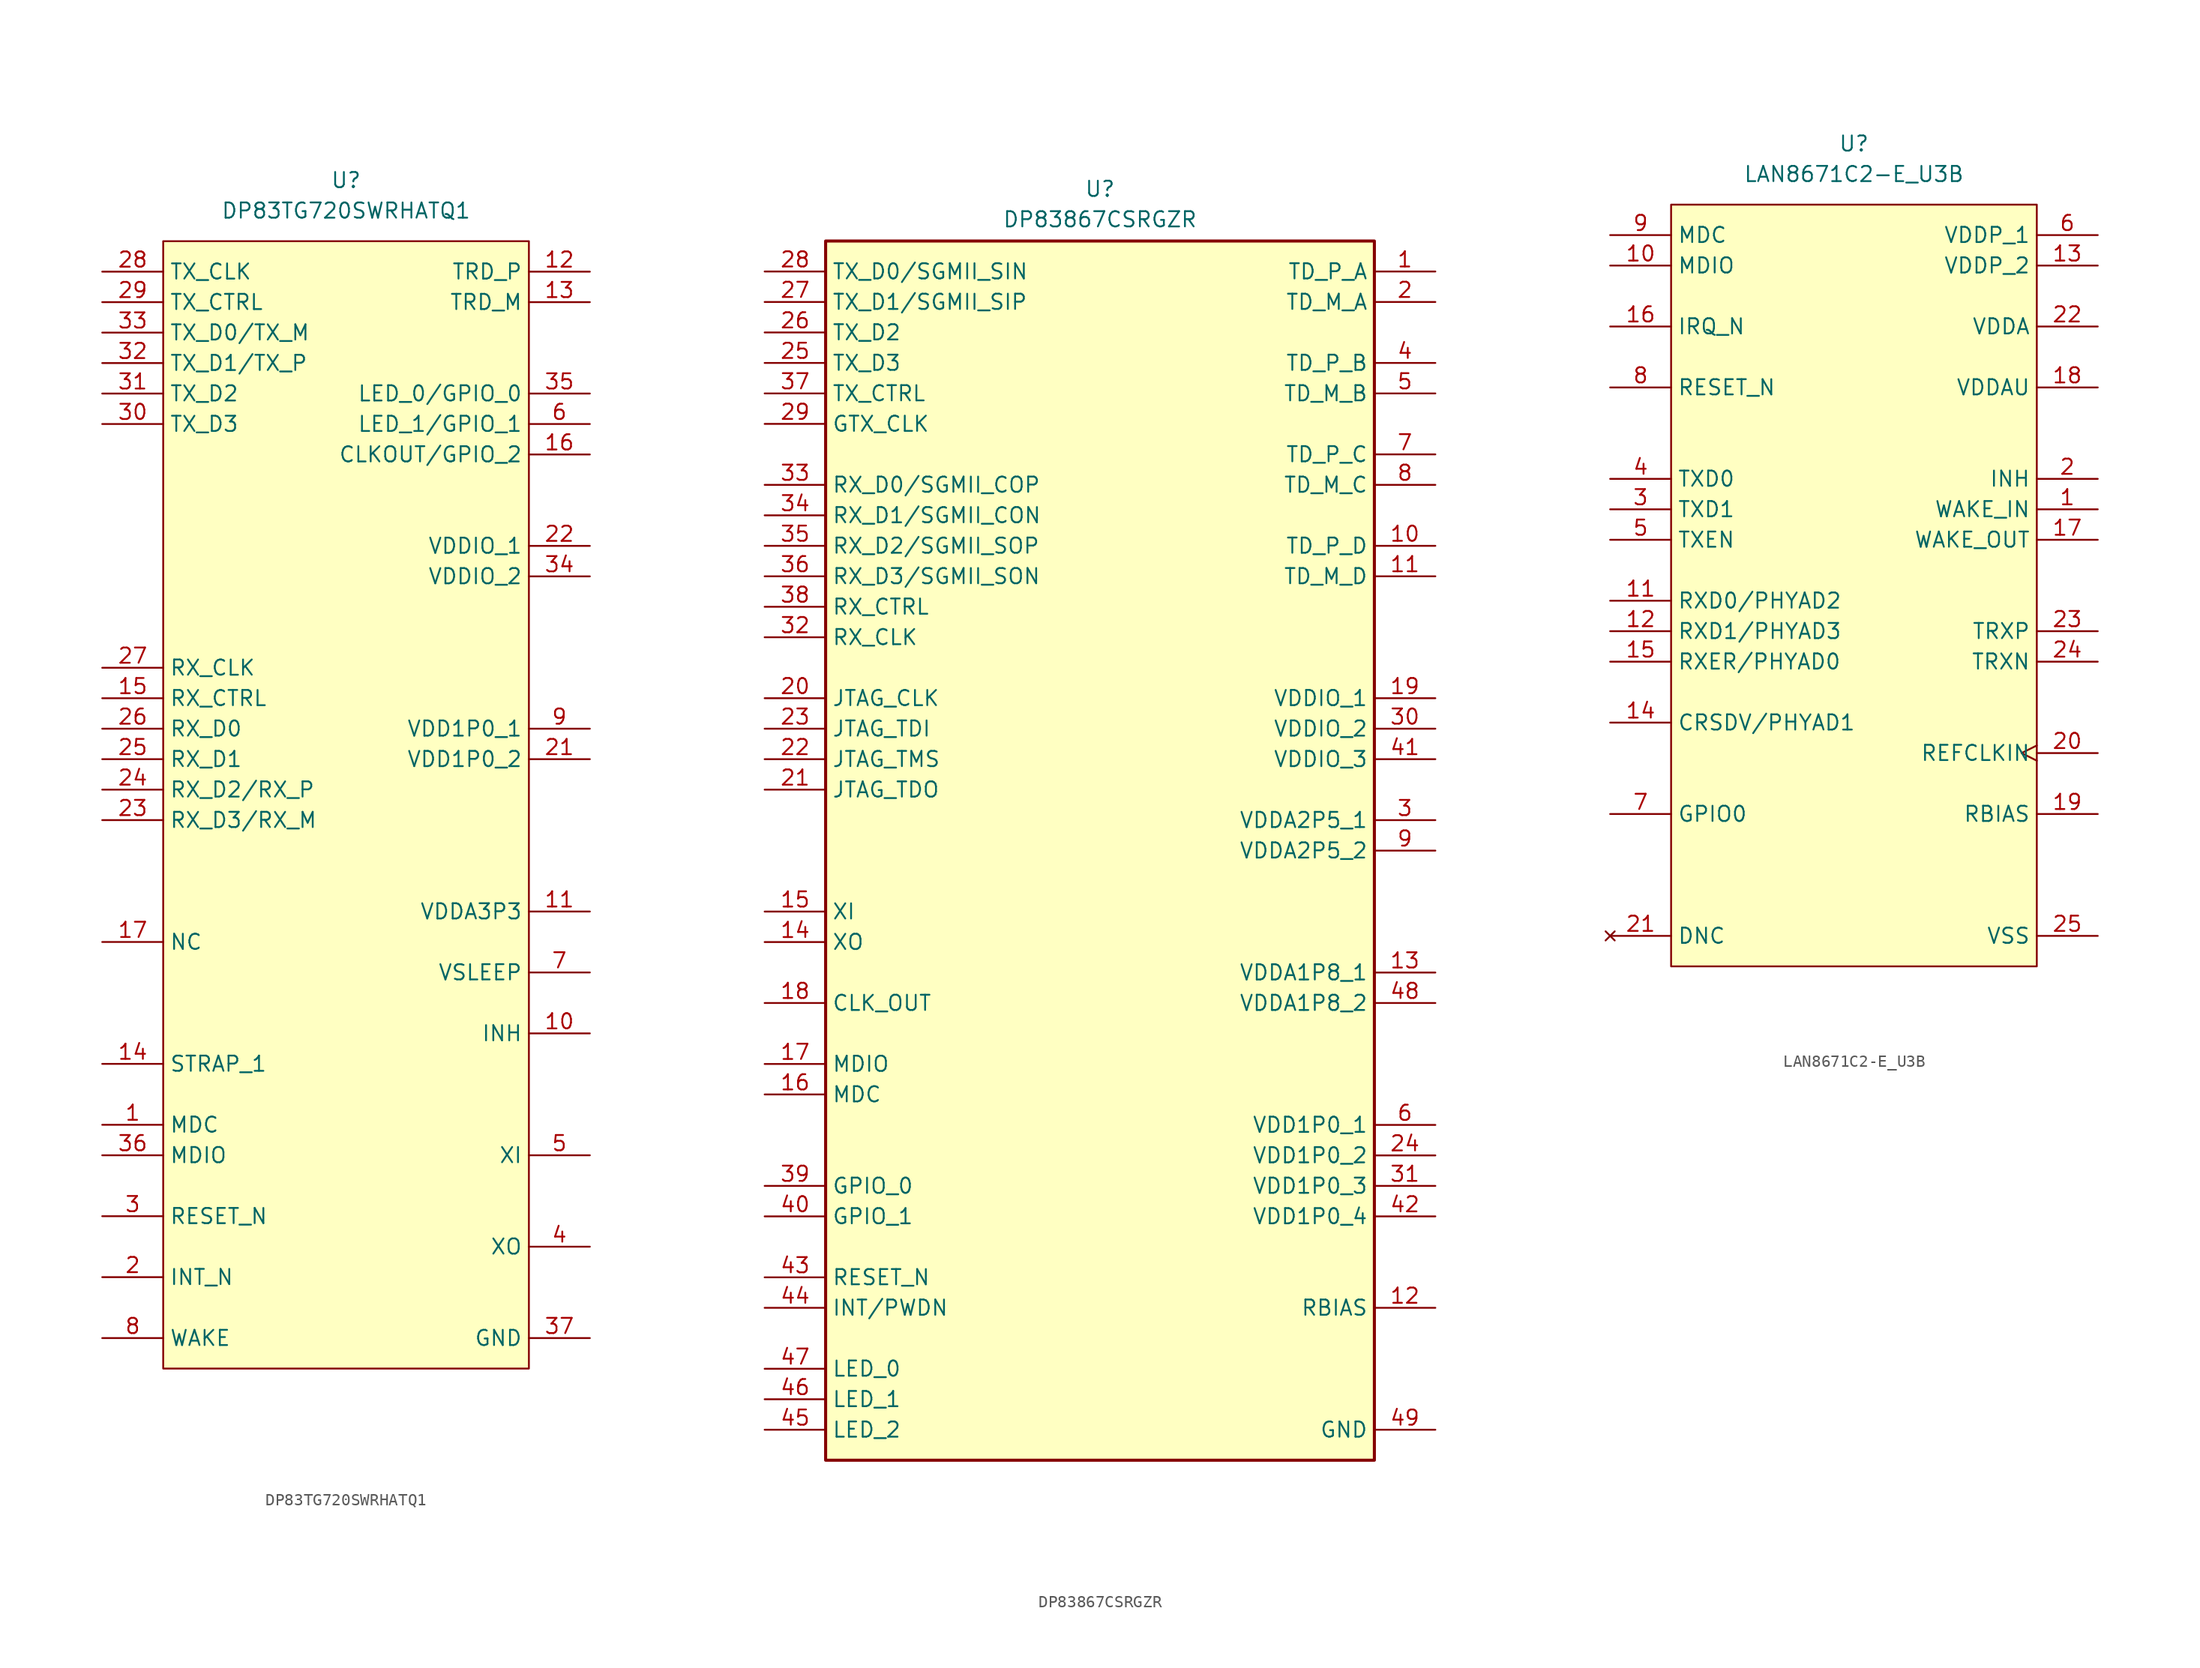
<source format=kicad_sym>
(kicad_symbol_lib
  (version 20241209)
  (generator "kicad_symbol_editor")
  (generator_version "9.0")
  (symbol "DP83TG720SWRHATQ1"
    (property "Reference" "U"
      (at 0 5.08 0)
      (effects (font (size 1.27 1.27))))
    (property "Value" "DP83TG720SWRHATQ1"
      (at 0 2.54 0)
      (effects (font (size 1.27 1.27))))
    (symbol "DP83TG720SWRHATQ1_1_1"
      (rectangle (start -15.24 0) (end 15.24 -93.98) (stroke (width 0) (type solid)) (fill (type background)))
      (pin input line (at -20.32 -2.54 0) (length 5.08) (name "TX_CLK" (effects (font (size 1.27 1.27)))) (number "28" (effects (font (size 1.27 1.27)))))
      (pin input line (at -20.32 -5.08 0) (length 5.08) (name "TX_CTRL" (effects (font (size 1.27 1.27)))) (number "29" (effects (font (size 1.27 1.27)))))
      (pin input line (at -20.32 -7.62 0) (length 5.08) (name "TX_D0/TX_M" (effects (font (size 1.27 1.27)))) (number "33" (effects (font (size 1.27 1.27)))))
      (pin input line (at -20.32 -10.16 0) (length 5.08) (name "TX_D1/TX_P" (effects (font (size 1.27 1.27)))) (number "32" (effects (font (size 1.27 1.27)))))
      (pin input line (at -20.32 -12.7 0) (length 5.08) (name "TX_D2" (effects (font (size 1.27 1.27)))) (number "31" (effects (font (size 1.27 1.27)))))
      (pin input line (at -20.32 -15.24 0) (length 5.08) (name "TX_D3" (effects (font (size 1.27 1.27)))) (number "30" (effects (font (size 1.27 1.27)))))
      (pin output line (at -20.32 -35.56 0) (length 5.08) (name "RX_CLK" (effects (font (size 1.27 1.27)))) (number "27" (effects (font (size 1.27 1.27)))))
      (pin output line (at -20.32 -38.1 0) (length 5.08) (name "RX_CTRL" (effects (font (size 1.27 1.27)))) (number "15" (effects (font (size 1.27 1.27)))))
      (pin output line (at -20.32 -40.64 0) (length 5.08) (name "RX_D0" (effects (font (size 1.27 1.27)))) (number "26" (effects (font (size 1.27 1.27)))))
      (pin output line (at -20.32 -43.18 0) (length 5.08) (name "RX_D1" (effects (font (size 1.27 1.27)))) (number "25" (effects (font (size 1.27 1.27)))))
      (pin output line (at -20.32 -45.72 0) (length 5.08) (name "RX_D2/RX_P" (effects (font (size 1.27 1.27)))) (number "24" (effects (font (size 1.27 1.27)))))
      (pin output line (at -20.32 -48.26 0) (length 5.08) (name "RX_D3/RX_M" (effects (font (size 1.27 1.27)))) (number "23" (effects (font (size 1.27 1.27)))))
      (pin passive line (at -20.32 -58.42 0) (length 5.08) (name "NC" (effects (font (size 1.27 1.27)))) (number "17" (effects (font (size 1.27 1.27)))))
      (pin passive line (at -20.32 -58.42 0) (length 5.08) (hide yes) (name "NC" (effects (font (size 1.27 1.27)))) (number "18" (effects (font (size 1.27 1.27)))))
      (pin passive line (at -20.32 -58.42 0) (length 5.08) (hide yes) (name "NC" (effects (font (size 1.27 1.27)))) (number "19" (effects (font (size 1.27 1.27)))))
      (pin passive line (at -20.32 -58.42 0) (length 5.08) (hide yes) (name "NC" (effects (font (size 1.27 1.27)))) (number "20" (effects (font (size 1.27 1.27)))))
      (pin passive line (at -20.32 -68.58 0) (length 5.08) (name "STRAP_1" (effects (font (size 1.27 1.27)))) (number "14" (effects (font (size 1.27 1.27)))))
      (pin input line (at -20.32 -73.66 0) (length 5.08) (name "MDC" (effects (font (size 1.27 1.27)))) (number "1" (effects (font (size 1.27 1.27)))))
      (pin bidirectional line (at -20.32 -76.2 0) (length 5.08) (name "MDIO" (effects (font (size 1.27 1.27)))) (number "36" (effects (font (size 1.27 1.27)))))
      (pin input line (at -20.32 -81.28 0) (length 5.08) (name "RESET_N" (effects (font (size 1.27 1.27)))) (number "3" (effects (font (size 1.27 1.27)))))
      (pin output line (at -20.32 -86.36 0) (length 5.08) (name "INT_N" (effects (font (size 1.27 1.27)))) (number "2" (effects (font (size 1.27 1.27)))))
      (pin input line (at -20.32 -91.44 0) (length 5.08) (name "WAKE" (effects (font (size 1.27 1.27)))) (number "8" (effects (font (size 1.27 1.27)))))
      (pin bidirectional line (at 20.32 -2.54 180) (length 5.08) (name "TRD_P" (effects (font (size 1.27 1.27)))) (number "12" (effects (font (size 1.27 1.27)))))
      (pin bidirectional line (at 20.32 -5.08 180) (length 5.08) (name "TRD_M" (effects (font (size 1.27 1.27)))) (number "13" (effects (font (size 1.27 1.27)))))
      (pin bidirectional line (at 20.32 -12.7 180) (length 5.08) (name "LED_0/GPIO_0" (effects (font (size 1.27 1.27)))) (number "35" (effects (font (size 1.27 1.27)))))
      (pin bidirectional line (at 20.32 -15.24 180) (length 5.08) (name "LED_1/GPIO_1" (effects (font (size 1.27 1.27)))) (number "6" (effects (font (size 1.27 1.27)))))
      (pin bidirectional line (at 20.32 -17.78 180) (length 5.08) (name "CLKOUT/GPIO_2" (effects (font (size 1.27 1.27)))) (number "16" (effects (font (size 1.27 1.27)))))
      (pin power_in line (at 20.32 -25.4 180) (length 5.08) (name "VDDIO_1" (effects (font (size 1.27 1.27)))) (number "22" (effects (font (size 1.27 1.27)))))
      (pin power_in line (at 20.32 -27.94 180) (length 5.08) (name "VDDIO_2" (effects (font (size 1.27 1.27)))) (number "34" (effects (font (size 1.27 1.27)))))
      (pin power_in line (at 20.32 -40.64 180) (length 5.08) (name "VDD1P0_1" (effects (font (size 1.27 1.27)))) (number "9" (effects (font (size 1.27 1.27)))))
      (pin power_in line (at 20.32 -43.18 180) (length 5.08) (name "VDD1P0_2" (effects (font (size 1.27 1.27)))) (number "21" (effects (font (size 1.27 1.27)))))
      (pin power_in line (at 20.32 -55.88 180) (length 5.08) (name "VDDA3P3" (effects (font (size 1.27 1.27)))) (number "11" (effects (font (size 1.27 1.27)))))
      (pin power_in line (at 20.32 -60.96 180) (length 5.08) (name "VSLEEP" (effects (font (size 1.27 1.27)))) (number "7" (effects (font (size 1.27 1.27)))))
      (pin passive line (at 20.32 -66.04 180) (length 5.08) (name "INH" (effects (font (size 1.27 1.27)))) (number "10" (effects (font (size 1.27 1.27)))))
      (pin input line (at 20.32 -76.2 180) (length 5.08) (name "XI" (effects (font (size 1.27 1.27)))) (number "5" (effects (font (size 1.27 1.27)))))
      (pin output line (at 20.32 -83.82 180) (length 5.08) (name "XO" (effects (font (size 1.27 1.27)))) (number "4" (effects (font (size 1.27 1.27)))))
      (pin passive line (at 20.32 -91.44 180) (length 5.08) (name "GND" (effects (font (size 1.27 1.27)))) (number "37" (effects (font (size 1.27 1.27)))))))
  (symbol "DP83867CSRGZR"
    (property "Reference" "U"
      (at 0 5.08 0)
      (effects (font (size 1.27 1.27)) (justify top)))
    (property "Value" "DP83867CSRGZR"
      (at 0 2.54 0)
      (effects (font (size 1.27 1.27)) (justify top)))
    (symbol "DP83867CSRGZR_1_1"
      (rectangle (start -22.86 0) (end 22.86 -101.6) (stroke (width 0.254) (type default)) (fill (type background)))
      (pin passive line (at -27.94 -2.54 0) (length 5.08) (name "TX_D0/SGMII_SIN" (effects (font (size 1.27 1.27)))) (number "28" (effects (font (size 1.27 1.27)))))
      (pin passive line (at -27.94 -5.08 0) (length 5.08) (name "TX_D1/SGMII_SIP" (effects (font (size 1.27 1.27)))) (number "27" (effects (font (size 1.27 1.27)))))
      (pin passive line (at -27.94 -7.62 0) (length 5.08) (name "TX_D2" (effects (font (size 1.27 1.27)))) (number "26" (effects (font (size 1.27 1.27)))))
      (pin passive line (at -27.94 -10.16 0) (length 5.08) (name "TX_D3" (effects (font (size 1.27 1.27)))) (number "25" (effects (font (size 1.27 1.27)))))
      (pin passive line (at -27.94 -12.7 0) (length 5.08) (name "TX_CTRL" (effects (font (size 1.27 1.27)))) (number "37" (effects (font (size 1.27 1.27)))))
      (pin passive line (at -27.94 -15.24 0) (length 5.08) (name "GTX_CLK" (effects (font (size 1.27 1.27)))) (number "29" (effects (font (size 1.27 1.27)))))
      (pin passive line (at -27.94 -20.32 0) (length 5.08) (name "RX_D0/SGMII_COP" (effects (font (size 1.27 1.27)))) (number "33" (effects (font (size 1.27 1.27)))))
      (pin passive line (at -27.94 -22.86 0) (length 5.08) (name "RX_D1/SGMII_CON" (effects (font (size 1.27 1.27)))) (number "34" (effects (font (size 1.27 1.27)))))
      (pin passive line (at -27.94 -25.4 0) (length 5.08) (name "RX_D2/SGMII_SOP" (effects (font (size 1.27 1.27)))) (number "35" (effects (font (size 1.27 1.27)))))
      (pin passive line (at -27.94 -27.94 0) (length 5.08) (name "RX_D3/SGMII_SON" (effects (font (size 1.27 1.27)))) (number "36" (effects (font (size 1.27 1.27)))))
      (pin passive line (at -27.94 -30.48 0) (length 5.08) (name "RX_CTRL" (effects (font (size 1.27 1.27)))) (number "38" (effects (font (size 1.27 1.27)))))
      (pin passive line (at -27.94 -33.02 0) (length 5.08) (name "RX_CLK" (effects (font (size 1.27 1.27)))) (number "32" (effects (font (size 1.27 1.27)))))
      (pin passive line (at -27.94 -38.1 0) (length 5.08) (name "JTAG_CLK" (effects (font (size 1.27 1.27)))) (number "20" (effects (font (size 1.27 1.27)))))
      (pin passive line (at -27.94 -40.64 0) (length 5.08) (name "JTAG_TDI" (effects (font (size 1.27 1.27)))) (number "23" (effects (font (size 1.27 1.27)))))
      (pin passive line (at -27.94 -43.18 0) (length 5.08) (name "JTAG_TMS" (effects (font (size 1.27 1.27)))) (number "22" (effects (font (size 1.27 1.27)))))
      (pin passive line (at -27.94 -45.72 0) (length 5.08) (name "JTAG_TDO" (effects (font (size 1.27 1.27)))) (number "21" (effects (font (size 1.27 1.27)))))
      (pin passive line (at -27.94 -55.88 0) (length 5.08) (name "XI" (effects (font (size 1.27 1.27)))) (number "15" (effects (font (size 1.27 1.27)))))
      (pin passive line (at -27.94 -58.42 0) (length 5.08) (name "XO" (effects (font (size 1.27 1.27)))) (number "14" (effects (font (size 1.27 1.27)))))
      (pin passive line (at -27.94 -63.5 0) (length 5.08) (name "CLK_OUT" (effects (font (size 1.27 1.27)))) (number "18" (effects (font (size 1.27 1.27)))))
      (pin passive line (at -27.94 -68.58 0) (length 5.08) (name "MDIO" (effects (font (size 1.27 1.27)))) (number "17" (effects (font (size 1.27 1.27)))))
      (pin passive line (at -27.94 -71.12 0) (length 5.08) (name "MDC" (effects (font (size 1.27 1.27)))) (number "16" (effects (font (size 1.27 1.27)))))
      (pin passive line (at -27.94 -78.74 0) (length 5.08) (name "GPIO_0" (effects (font (size 1.27 1.27)))) (number "39" (effects (font (size 1.27 1.27)))))
      (pin passive line (at -27.94 -81.28 0) (length 5.08) (name "GPIO_1" (effects (font (size 1.27 1.27)))) (number "40" (effects (font (size 1.27 1.27)))))
      (pin passive line (at -27.94 -86.36 0) (length 5.08) (name "RESET_N" (effects (font (size 1.27 1.27)))) (number "43" (effects (font (size 1.27 1.27)))))
      (pin passive line (at -27.94 -88.9 0) (length 5.08) (name "INT/PWDN" (effects (font (size 1.27 1.27)))) (number "44" (effects (font (size 1.27 1.27)))))
      (pin passive line (at -27.94 -93.98 0) (length 5.08) (name "LED_0" (effects (font (size 1.27 1.27)))) (number "47" (effects (font (size 1.27 1.27)))))
      (pin passive line (at -27.94 -96.52 0) (length 5.08) (name "LED_1" (effects (font (size 1.27 1.27)))) (number "46" (effects (font (size 1.27 1.27)))))
      (pin passive line (at -27.94 -99.06 0) (length 5.08) (name "LED_2" (effects (font (size 1.27 1.27)))) (number "45" (effects (font (size 1.27 1.27)))))
      (pin passive line (at 27.94 -2.54 180) (length 5.08) (name "TD_P_A" (effects (font (size 1.27 1.27)))) (number "1" (effects (font (size 1.27 1.27)))))
      (pin passive line (at 27.94 -5.08 180) (length 5.08) (name "TD_M_A" (effects (font (size 1.27 1.27)))) (number "2" (effects (font (size 1.27 1.27)))))
      (pin passive line (at 27.94 -10.16 180) (length 5.08) (name "TD_P_B" (effects (font (size 1.27 1.27)))) (number "4" (effects (font (size 1.27 1.27)))))
      (pin passive line (at 27.94 -12.7 180) (length 5.08) (name "TD_M_B" (effects (font (size 1.27 1.27)))) (number "5" (effects (font (size 1.27 1.27)))))
      (pin passive line (at 27.94 -17.78 180) (length 5.08) (name "TD_P_C" (effects (font (size 1.27 1.27)))) (number "7" (effects (font (size 1.27 1.27)))))
      (pin passive line (at 27.94 -20.32 180) (length 5.08) (name "TD_M_C" (effects (font (size 1.27 1.27)))) (number "8" (effects (font (size 1.27 1.27)))))
      (pin passive line (at 27.94 -25.4 180) (length 5.08) (name "TD_P_D" (effects (font (size 1.27 1.27)))) (number "10" (effects (font (size 1.27 1.27)))))
      (pin passive line (at 27.94 -27.94 180) (length 5.08) (name "TD_M_D" (effects (font (size 1.27 1.27)))) (number "11" (effects (font (size 1.27 1.27)))))
      (pin passive line (at 27.94 -38.1 180) (length 5.08) (name "VDDIO_1" (effects (font (size 1.27 1.27)))) (number "19" (effects (font (size 1.27 1.27)))))
      (pin passive line (at 27.94 -40.64 180) (length 5.08) (name "VDDIO_2" (effects (font (size 1.27 1.27)))) (number "30" (effects (font (size 1.27 1.27)))))
      (pin passive line (at 27.94 -43.18 180) (length 5.08) (name "VDDIO_3" (effects (font (size 1.27 1.27)))) (number "41" (effects (font (size 1.27 1.27)))))
      (pin passive line (at 27.94 -48.26 180) (length 5.08) (name "VDDA2P5_1" (effects (font (size 1.27 1.27)))) (number "3" (effects (font (size 1.27 1.27)))))
      (pin passive line (at 27.94 -50.8 180) (length 5.08) (name "VDDA2P5_2" (effects (font (size 1.27 1.27)))) (number "9" (effects (font (size 1.27 1.27)))))
      (pin passive line (at 27.94 -60.96 180) (length 5.08) (name "VDDA1P8_1" (effects (font (size 1.27 1.27)))) (number "13" (effects (font (size 1.27 1.27)))))
      (pin passive line (at 27.94 -63.5 180) (length 5.08) (name "VDDA1P8_2" (effects (font (size 1.27 1.27)))) (number "48" (effects (font (size 1.27 1.27)))))
      (pin passive line (at 27.94 -73.66 180) (length 5.08) (name "VDD1P0_1" (effects (font (size 1.27 1.27)))) (number "6" (effects (font (size 1.27 1.27)))))
      (pin passive line (at 27.94 -76.2 180) (length 5.08) (name "VDD1P0_2" (effects (font (size 1.27 1.27)))) (number "24" (effects (font (size 1.27 1.27)))))
      (pin passive line (at 27.94 -78.74 180) (length 5.08) (name "VDD1P0_3" (effects (font (size 1.27 1.27)))) (number "31" (effects (font (size 1.27 1.27)))))
      (pin passive line (at 27.94 -81.28 180) (length 5.08) (name "VDD1P0_4" (effects (font (size 1.27 1.27)))) (number "42" (effects (font (size 1.27 1.27)))))
      (pin passive line (at 27.94 -88.9 180) (length 5.08) (name "RBIAS" (effects (font (size 1.27 1.27)))) (number "12" (effects (font (size 1.27 1.27)))))
      (pin passive line (at 27.94 -99.06 180) (length 5.08) (name "GND" (effects (font (size 1.27 1.27)))) (number "49" (effects (font (size 1.27 1.27)))))))
  (symbol "LAN8671C2-E_U3B"
    (property "Reference" "U"
      (at 0 5.08 0)
      (effects (font (size 1.27 1.27))))
    (property "Value" "LAN8671C2-E_U3B"
      (at 0 2.54 0)
      (effects (font (size 1.27 1.27))))
    (symbol "LAN8671C2-E_U3B_1_1"
      (rectangle (start -15.24 0) (end 15.24 -63.5) (stroke (width 0) (type solid)) (fill (type background)))
      (pin input line (at -20.32 -2.54 0) (length 5.08) (name "MDC" (effects (font (size 1.27 1.27)))) (number "9" (effects (font (size 1.27 1.27)))))
      (pin bidirectional line (at -20.32 -5.08 0) (length 5.08) (name "MDIO" (effects (font (size 1.27 1.27)))) (number "10" (effects (font (size 1.27 1.27)))))
      (pin output line (at -20.32 -10.16 0) (length 5.08) (name "IRQ_N" (effects (font (size 1.27 1.27)))) (number "16" (effects (font (size 1.27 1.27)))))
      (pin input line (at -20.32 -15.24 0) (length 5.08) (name "RESET_N" (effects (font (size 1.27 1.27)))) (number "8" (effects (font (size 1.27 1.27)))))
      (pin input line (at -20.32 -22.86 0) (length 5.08) (name "TXD0" (effects (font (size 1.27 1.27)))) (number "4" (effects (font (size 1.27 1.27)))))
      (pin input line (at -20.32 -25.4 0) (length 5.08) (name "TXD1" (effects (font (size 1.27 1.27)))) (number "3" (effects (font (size 1.27 1.27)))))
      (pin input line (at -20.32 -27.94 0) (length 5.08) (name "TXEN" (effects (font (size 1.27 1.27)))) (number "5" (effects (font (size 1.27 1.27)))))
      (pin output line (at -20.32 -33.02 0) (length 5.08) (name "RXD0/PHYAD2" (effects (font (size 1.27 1.27)))) (number "11" (effects (font (size 1.27 1.27)))))
      (pin output line (at -20.32 -35.56 0) (length 5.08) (name "RXD1/PHYAD3" (effects (font (size 1.27 1.27)))) (number "12" (effects (font (size 1.27 1.27)))))
      (pin output line (at -20.32 -38.1 0) (length 5.08) (name "RXER/PHYAD0" (effects (font (size 1.27 1.27)))) (number "15" (effects (font (size 1.27 1.27)))))
      (pin output line (at -20.32 -43.18 0) (length 5.08) (name "CRSDV/PHYAD1" (effects (font (size 1.27 1.27)))) (number "14" (effects (font (size 1.27 1.27)))))
      (pin bidirectional line (at -20.32 -50.8 0) (length 5.08) (name "GPIO0" (effects (font (size 1.27 1.27)))) (number "7" (effects (font (size 1.27 1.27)))))
      (pin no_connect line (at -20.32 -60.96 0) (length 5.08) (name "DNC" (effects (font (size 1.27 1.27)))) (number "21" (effects (font (size 1.27 1.27)))))
      (pin power_in line (at 20.32 -2.54 180) (length 5.08) (name "VDDP_1" (effects (font (size 1.27 1.27)))) (number "6" (effects (font (size 1.27 1.27)))))
      (pin power_in line (at 20.32 -5.08 180) (length 5.08) (name "VDDP_2" (effects (font (size 1.27 1.27)))) (number "13" (effects (font (size 1.27 1.27)))))
      (pin power_in line (at 20.32 -10.16 180) (length 5.08) (name "VDDA" (effects (font (size 1.27 1.27)))) (number "22" (effects (font (size 1.27 1.27)))))
      (pin power_in line (at 20.32 -15.24 180) (length 5.08) (name "VDDAU" (effects (font (size 1.27 1.27)))) (number "18" (effects (font (size 1.27 1.27)))))
      (pin output line (at 20.32 -22.86 180) (length 5.08) (name "INH" (effects (font (size 1.27 1.27)))) (number "2" (effects (font (size 1.27 1.27)))))
      (pin input line (at 20.32 -25.4 180) (length 5.08) (name "WAKE_IN" (effects (font (size 1.27 1.27)))) (number "1" (effects (font (size 1.27 1.27)))))
      (pin output line (at 20.32 -27.94 180) (length 5.08) (name "WAKE_OUT" (effects (font (size 1.27 1.27)))) (number "17" (effects (font (size 1.27 1.27)))))
      (pin bidirectional line (at 20.32 -35.56 180) (length 5.08) (name "TRXP" (effects (font (size 1.27 1.27)))) (number "23" (effects (font (size 1.27 1.27)))))
      (pin bidirectional line (at 20.32 -38.1 180) (length 5.08) (name "TRXN" (effects (font (size 1.27 1.27)))) (number "24" (effects (font (size 1.27 1.27)))))
      (pin input clock (at 20.32 -45.72 180) (length 5.08) (name "REFCLKIN" (effects (font (size 1.27 1.27)))) (number "20" (effects (font (size 1.27 1.27)))))
      (pin passive line (at 20.32 -50.8 180) (length 5.08) (name "RBIAS" (effects (font (size 1.27 1.27)))) (number "19" (effects (font (size 1.27 1.27)))))
      (pin passive line (at 20.32 -60.96 180) (length 5.08) (name "VSS" (effects (font (size 1.27 1.27)))) (number "25" (effects (font (size 1.27 1.27))))))))
</source>
